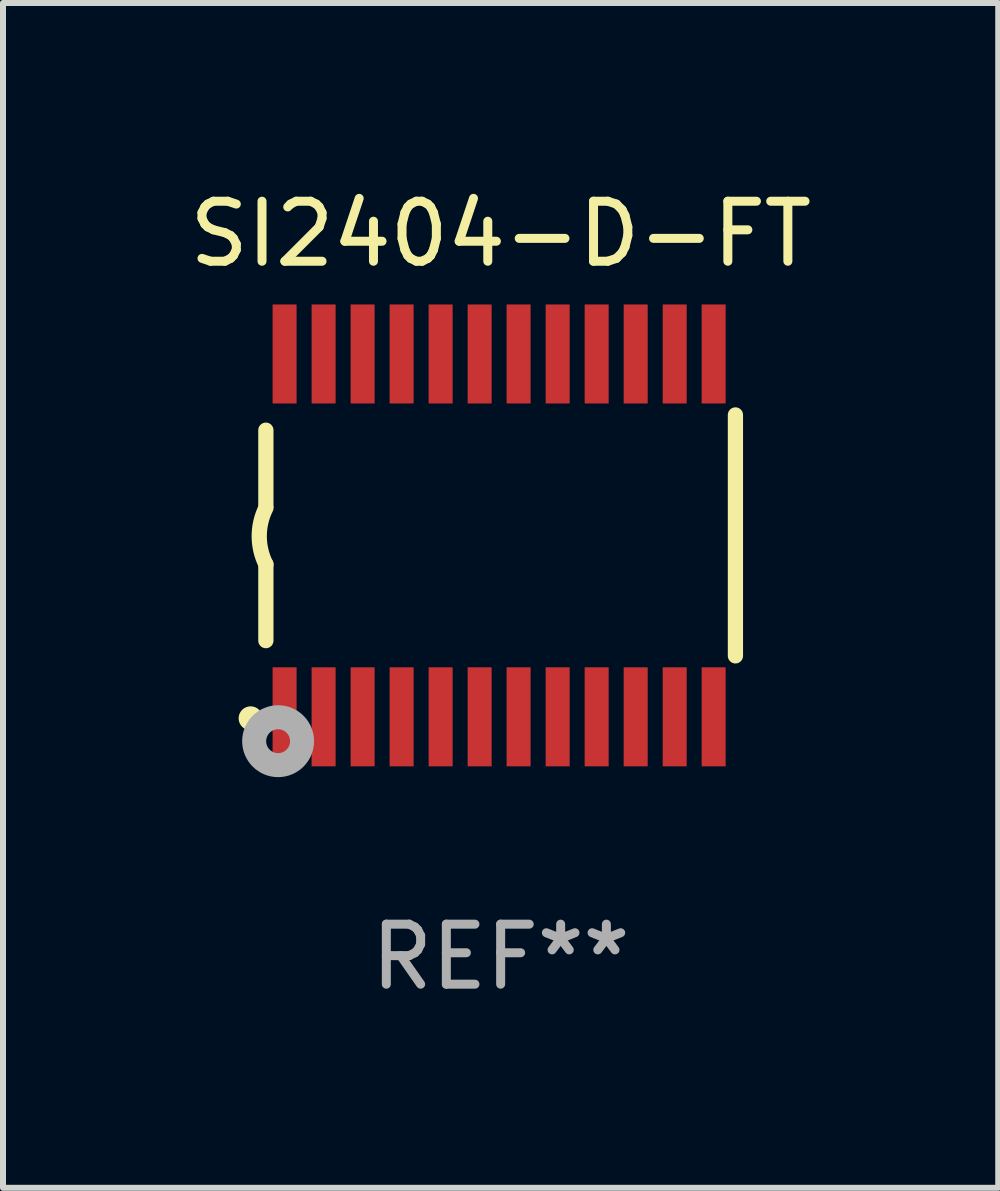
<source format=kicad_pcb>
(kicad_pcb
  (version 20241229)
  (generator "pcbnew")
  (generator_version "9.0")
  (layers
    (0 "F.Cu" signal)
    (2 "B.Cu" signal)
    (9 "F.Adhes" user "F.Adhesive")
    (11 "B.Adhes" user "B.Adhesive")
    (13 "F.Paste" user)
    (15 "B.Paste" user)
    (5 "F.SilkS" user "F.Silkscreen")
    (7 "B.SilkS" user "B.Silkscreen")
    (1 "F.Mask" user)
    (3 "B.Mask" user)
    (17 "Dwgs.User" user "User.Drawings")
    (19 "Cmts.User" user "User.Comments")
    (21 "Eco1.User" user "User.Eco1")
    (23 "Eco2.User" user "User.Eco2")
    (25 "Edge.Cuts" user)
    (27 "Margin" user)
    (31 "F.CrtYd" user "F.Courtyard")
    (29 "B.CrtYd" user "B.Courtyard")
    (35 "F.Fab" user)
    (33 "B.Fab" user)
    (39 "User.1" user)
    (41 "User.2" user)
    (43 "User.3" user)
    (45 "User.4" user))
  (footprint "SI2404-D-FT"
    (layer "F.Cu")
    (at 5.292 5.871)
    (property "Reference" "SI2404-D-FT" (at 0 -5.023 0) (layer "F.SilkS") (effects (font (size 1 1) (thickness 0.15))))
    (attr through_hole)
    (fp_line (start -3.912 -0.483) (end -3.912 -1.753) (stroke (width 0.254) (type solid)) (layer "F.SilkS"))
    (fp_line (start -3.912 1.753) (end -3.912 0.483) (stroke (width 0.254) (type solid)) (layer "F.SilkS"))
    (fp_line (start 3.912 -2.007) (end 3.912 2.007) (stroke (width 0.254) (type solid)) (layer "F.SilkS"))
    (fp_arc (start -3.911608 0.482601) (mid -4.022537 0.0127) (end -3.911608 -0.457201) (stroke (width 0.254001) (type solid)) (layer "F.SilkS"))
    (fp_circle (center -4.166 3.048) (end -4.066 3.048) (stroke (width 0.2) (type solid)) (fill no) (layer "F.SilkS"))
    (fp_circle (center -3.925 3.186) (end -3.895 3.186) (stroke (width 0.06) (type solid)) (fill no) (layer "F.SilkS"))
    (fp_circle (center -3.708 3.429) (end -3.509 3.429) (stroke (width 0.4) (type solid)) (fill no) (layer "F.Fab"))
    (fp_text user "REF**" (at 0 7.023 0) (layer "F.Fab") (effects (font (size 1 1) (thickness 0.15))))
    (pad "1" smd rect (at -3.6 3.023) (size 0.4 1.65) (layers "F.Cu" "F.Mask" "F.Paste"))
    (pad "2" smd rect (at -2.95 3.023) (size 0.4 1.65) (layers "F.Cu" "F.Mask" "F.Paste"))
    (pad "3" smd rect (at -2.3 3.023) (size 0.4 1.65) (layers "F.Cu" "F.Mask" "F.Paste"))
    (pad "4" smd rect (at -1.65 3.023) (size 0.4 1.65) (layers "F.Cu" "F.Mask" "F.Paste"))
    (pad "5" smd rect (at -1 3.023) (size 0.4 1.65) (layers "F.Cu" "F.Mask" "F.Paste"))
    (pad "6" smd rect (at -0.35 3.023) (size 0.4 1.65) (layers "F.Cu" "F.Mask" "F.Paste"))
    (pad "7" smd rect (at 0.299 3.023) (size 0.4 1.65) (layers "F.Cu" "F.Mask" "F.Paste"))
    (pad "8" smd rect (at 0.95 3.023) (size 0.4 1.65) (layers "F.Cu" "F.Mask" "F.Paste"))
    (pad "9" smd rect (at 1.6 3.023) (size 0.4 1.65) (layers "F.Cu" "F.Mask" "F.Paste"))
    (pad "10" smd rect (at 2.25 3.023) (size 0.4 1.65) (layers "F.Cu" "F.Mask" "F.Paste"))
    (pad "11" smd rect (at 2.9 3.023) (size 0.4 1.65) (layers "F.Cu" "F.Mask" "F.Paste"))
    (pad "12" smd rect (at 3.549 3.023) (size 0.4 1.65) (layers "F.Cu" "F.Mask" "F.Paste"))
    (pad "13" smd rect (at 3.549 -3.023) (size 0.4 1.65) (layers "F.Cu" "F.Mask" "F.Paste"))
    (pad "14" smd rect (at 2.9 -3.023) (size 0.4 1.65) (layers "F.Cu" "F.Mask" "F.Paste"))
    (pad "15" smd rect (at 2.25 -3.023) (size 0.4 1.65) (layers "F.Cu" "F.Mask" "F.Paste"))
    (pad "16" smd rect (at 1.6 -3.023) (size 0.4 1.65) (layers "F.Cu" "F.Mask" "F.Paste"))
    (pad "17" smd rect (at 0.95 -3.023) (size 0.4 1.65) (layers "F.Cu" "F.Mask" "F.Paste"))
    (pad "18" smd rect (at 0.299 -3.023) (size 0.4 1.65) (layers "F.Cu" "F.Mask" "F.Paste"))
    (pad "19" smd rect (at -0.35 -3.023) (size 0.4 1.65) (layers "F.Cu" "F.Mask" "F.Paste"))
    (pad "20" smd rect (at -1 -3.023) (size 0.4 1.65) (layers "F.Cu" "F.Mask" "F.Paste"))
    (pad "21" smd rect (at -1.65 -3.023) (size 0.4 1.65) (layers "F.Cu" "F.Mask" "F.Paste"))
    (pad "22" smd rect (at -2.3 -3.023) (size 0.4 1.65) (layers "F.Cu" "F.Mask" "F.Paste"))
    (pad "23" smd rect (at -2.95 -3.023) (size 0.4 1.65) (layers "F.Cu" "F.Mask" "F.Paste"))
    (pad "24" smd rect (at -3.6 -3.023) (size 0.4 1.65) (layers "F.Cu" "F.Mask" "F.Paste")))
  (gr_rect
    (start -3 -3)
    (end 13.583 16.742)
    (stroke (width 0.1) (type default))
    (fill no)
    (layer "Edge.Cuts")))
</source>
